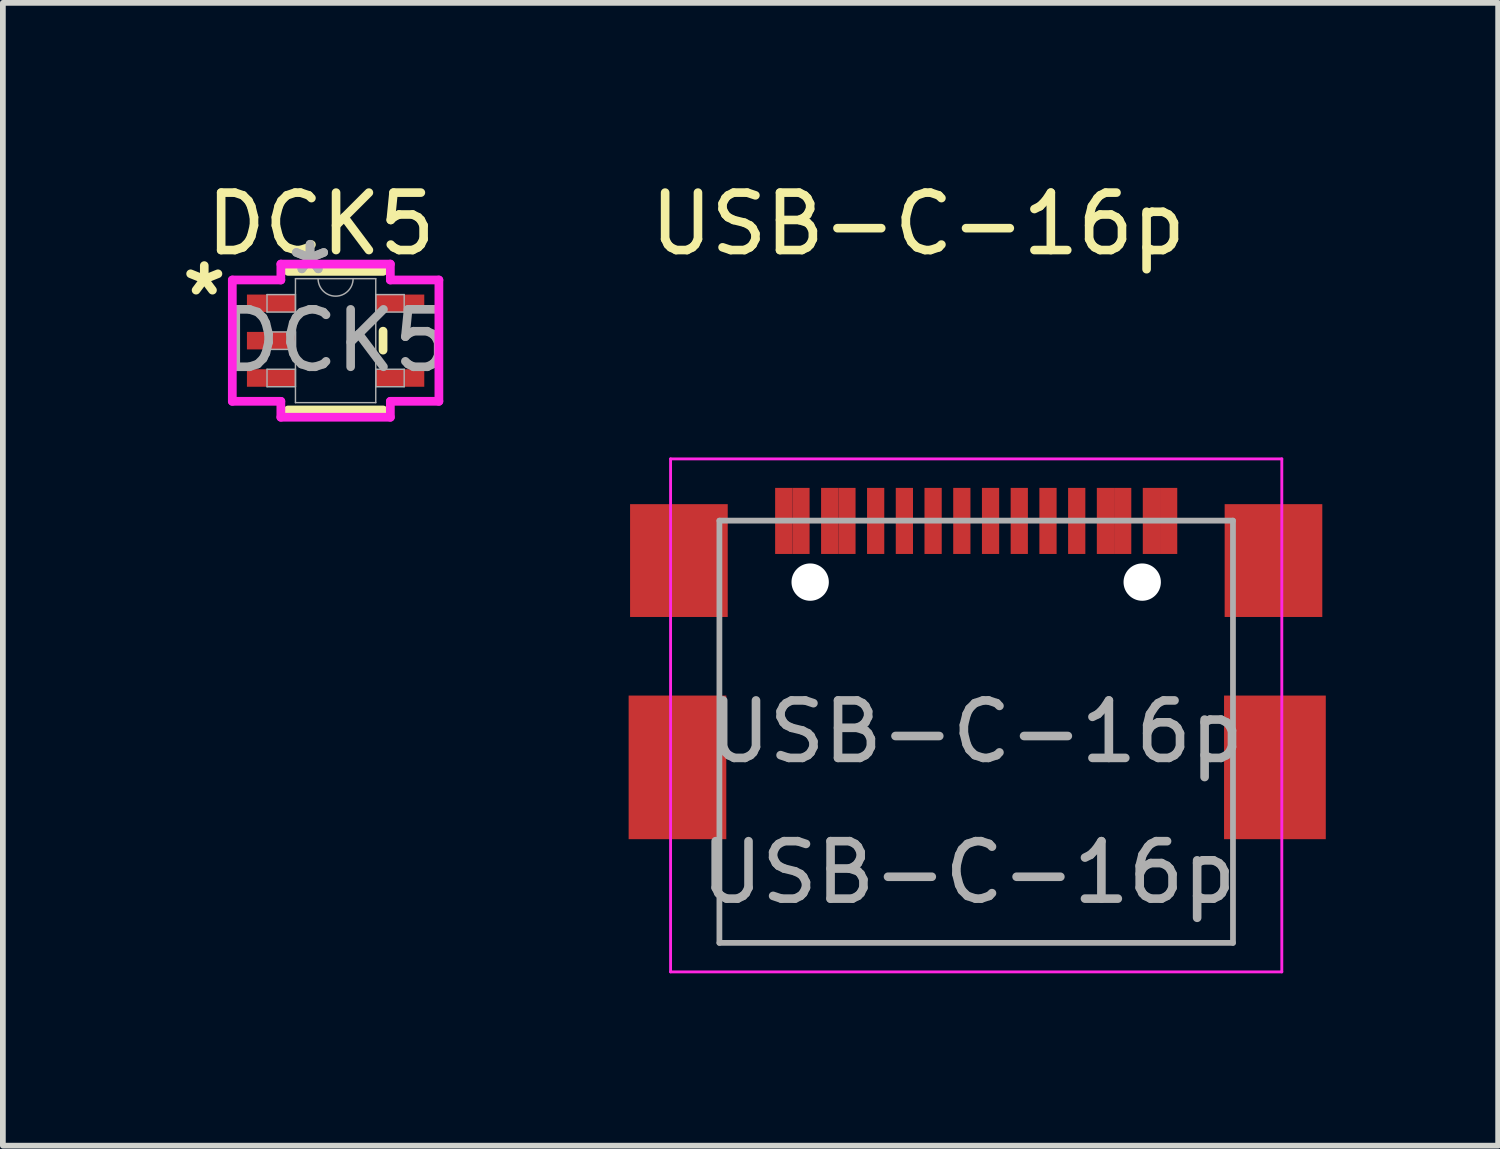
<source format=kicad_pcb>
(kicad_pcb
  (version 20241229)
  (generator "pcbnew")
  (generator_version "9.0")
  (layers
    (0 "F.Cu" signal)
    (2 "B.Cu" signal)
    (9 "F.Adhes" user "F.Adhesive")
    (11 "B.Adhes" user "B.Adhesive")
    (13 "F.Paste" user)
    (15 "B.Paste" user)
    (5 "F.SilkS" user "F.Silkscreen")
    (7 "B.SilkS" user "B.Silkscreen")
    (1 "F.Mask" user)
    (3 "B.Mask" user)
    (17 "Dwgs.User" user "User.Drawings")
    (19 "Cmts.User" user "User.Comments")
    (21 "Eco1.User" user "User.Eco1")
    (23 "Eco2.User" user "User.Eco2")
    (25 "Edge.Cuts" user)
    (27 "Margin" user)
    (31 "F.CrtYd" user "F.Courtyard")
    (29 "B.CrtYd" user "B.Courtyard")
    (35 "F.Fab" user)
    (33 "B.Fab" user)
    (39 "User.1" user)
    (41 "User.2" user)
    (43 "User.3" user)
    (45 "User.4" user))
  (footprint "DCK5"
    (layer "F.Cu")
    (at 2.792 2.88)
    (property "Reference" "DCK5" (at -0.254 -2.032 0) (unlocked yes) (layer "F.SilkS") (effects (font (size 1 1) (thickness 0.15))))
    (attr smd)
    (fp_line (start -0.826 1.206) (end 0.826 1.206) (stroke (width 0.152) (type solid)) (layer "F.SilkS"))
    (fp_line (start 0.826 -1.206) (end -0.826 -1.206) (stroke (width 0.152) (type solid)) (layer "F.SilkS"))
    (fp_line (start 0.826 0.165) (end 0.826 -0.165) (stroke (width 0.152) (type solid)) (layer "F.SilkS"))
    (fp_line (start -1.798 -1.056) (end -0.953 -1.056) (stroke (width 0.152) (type solid)) (layer "F.CrtYd"))
    (fp_line (start -1.798 1.056) (end -1.798 -1.056) (stroke (width 0.152) (type solid)) (layer "F.CrtYd"))
    (fp_line (start -0.953 -1.333) (end 0.953 -1.333) (stroke (width 0.152) (type solid)) (layer "F.CrtYd"))
    (fp_line (start -0.953 -1.056) (end -0.953 -1.333) (stroke (width 0.152) (type solid)) (layer "F.CrtYd"))
    (fp_line (start -0.953 1.056) (end -1.798 1.056) (stroke (width 0.152) (type solid)) (layer "F.CrtYd"))
    (fp_line (start -0.953 1.333) (end -0.953 1.056) (stroke (width 0.152) (type solid)) (layer "F.CrtYd"))
    (fp_line (start 0.953 -1.333) (end 0.953 -1.056) (stroke (width 0.152) (type solid)) (layer "F.CrtYd"))
    (fp_line (start 0.953 -1.056) (end 1.798 -1.056) (stroke (width 0.152) (type solid)) (layer "F.CrtYd"))
    (fp_line (start 0.953 1.056) (end 0.953 1.333) (stroke (width 0.152) (type solid)) (layer "F.CrtYd"))
    (fp_line (start 0.953 1.333) (end -0.953 1.333) (stroke (width 0.152) (type solid)) (layer "F.CrtYd"))
    (fp_line (start 1.798 -1.056) (end 1.798 1.056) (stroke (width 0.152) (type solid)) (layer "F.CrtYd"))
    (fp_line (start 1.798 1.056) (end 0.953 1.056) (stroke (width 0.152) (type solid)) (layer "F.CrtYd"))
    (fp_line (start -1.194 -0.802) (end -1.194 -0.498) (stroke (width 0.025) (type solid)) (layer "F.Fab"))
    (fp_line (start -1.194 -0.498) (end -0.699 -0.498) (stroke (width 0.025) (type solid)) (layer "F.Fab"))
    (fp_line (start -1.194 -0.152) (end -1.194 0.152) (stroke (width 0.025) (type solid)) (layer "F.Fab"))
    (fp_line (start -1.194 0.152) (end -0.699 0.152) (stroke (width 0.025) (type solid)) (layer "F.Fab"))
    (fp_line (start -1.194 0.498) (end -1.194 0.802) (stroke (width 0.025) (type solid)) (layer "F.Fab"))
    (fp_line (start -1.194 0.802) (end -0.699 0.802) (stroke (width 0.025) (type solid)) (layer "F.Fab"))
    (fp_line (start -0.699 -1.079) (end -0.699 1.079) (stroke (width 0.025) (type solid)) (layer "F.Fab"))
    (fp_line (start -0.699 -0.802) (end -1.194 -0.802) (stroke (width 0.025) (type solid)) (layer "F.Fab"))
    (fp_line (start -0.699 -0.498) (end -0.699 -0.802) (stroke (width 0.025) (type solid)) (layer "F.Fab"))
    (fp_line (start -0.699 -0.152) (end -1.194 -0.152) (stroke (width 0.025) (type solid)) (layer "F.Fab"))
    (fp_line (start -0.699 0.152) (end -0.699 -0.152) (stroke (width 0.025) (type solid)) (layer "F.Fab"))
    (fp_line (start -0.699 0.498) (end -1.194 0.498) (stroke (width 0.025) (type solid)) (layer "F.Fab"))
    (fp_line (start -0.699 0.802) (end -0.699 0.498) (stroke (width 0.025) (type solid)) (layer "F.Fab"))
    (fp_line (start -0.699 1.079) (end 0.699 1.079) (stroke (width 0.025) (type solid)) (layer "F.Fab"))
    (fp_line (start 0.699 -1.079) (end -0.699 -1.079) (stroke (width 0.025) (type solid)) (layer "F.Fab"))
    (fp_line (start 0.699 -0.802) (end 0.699 -0.498) (stroke (width 0.025) (type solid)) (layer "F.Fab"))
    (fp_line (start 0.699 -0.498) (end 1.194 -0.498) (stroke (width 0.025) (type solid)) (layer "F.Fab"))
    (fp_line (start 0.699 0.498) (end 0.699 0.802) (stroke (width 0.025) (type solid)) (layer "F.Fab"))
    (fp_line (start 0.699 0.802) (end 1.194 0.802) (stroke (width 0.025) (type solid)) (layer "F.Fab"))
    (fp_line (start 0.699 1.079) (end 0.699 -1.079) (stroke (width 0.025) (type solid)) (layer "F.Fab"))
    (fp_line (start 1.194 -0.802) (end 0.699 -0.802) (stroke (width 0.025) (type solid)) (layer "F.Fab"))
    (fp_line (start 1.194 -0.498) (end 1.194 -0.802) (stroke (width 0.025) (type solid)) (layer "F.Fab"))
    (fp_line (start 1.194 0.498) (end 0.699 0.498) (stroke (width 0.025) (type solid)) (layer "F.Fab"))
    (fp_line (start 1.194 0.802) (end 1.194 0.498) (stroke (width 0.025) (type solid)) (layer "F.Fab"))
    (fp_arc (start 0.3048 -1.0795) (mid 0 -0.7747) (end -0.3048 -1.0795) (stroke (width 0.0254) (type solid)) (layer "F.Fab"))
    (fp_text user "*" (at -2.286 -0.762 0) (layer "F.SilkS") (effects (font (size 1 1) (thickness 0.15))))
    (fp_text user "*" (at -0.445 -1.133 0) (layer "F.Fab") (effects (font (size 1 1) (thickness 0.15))))
    (fp_text user "${REFERENCE}" (at 0 0 0) (unlocked yes) (layer "F.Fab") (effects (font (size 1 1) (thickness 0.15))))
    (fp_text user "*" (at -0.445 -1.133 0) (unlocked yes) (layer "F.Fab") (effects (font (size 1 1) (thickness 0.15))))
    (pad "1" smd rect (at -1.121 -0.65) (size 0.845 0.305) (layers "F.Cu" "F.Mask" "F.Paste"))
    (pad "2" smd rect (at -1.121 0) (size 0.845 0.305) (layers "F.Cu" "F.Mask" "F.Paste"))
    (pad "3" smd rect (at -1.121 0.65) (size 0.845 0.305) (layers "F.Cu" "F.Mask" "F.Paste"))
    (pad "4" smd rect (at 1.121 0.65) (size 0.845 0.305) (layers "F.Cu" "F.Mask" "F.Paste"))
    (pad "5" smd rect (at 1.121 -0.65) (size 0.845 0.305) (layers "F.Cu" "F.Mask" "F.Paste")))
  (footprint "USB-C-16p"
    (layer "F.Cu")
    (at 13.943 9.708)
    (property "Reference" "USB-C-16p" (at -1.01 -8.86 0) (unlocked yes) (layer "F.SilkS") (effects (font (size 1 1) (thickness 0.15))))
    (attr smd)
    (fp_line (start -5.32 -4.77) (end 5.32 -4.77) (stroke (width 0.05) (type solid)) (layer "F.CrtYd"))
    (fp_line (start -5.32 4.16) (end -5.32 -4.77) (stroke (width 0.05) (type solid)) (layer "F.CrtYd"))
    (fp_line (start 5.32 -4.77) (end 5.32 4.16) (stroke (width 0.05) (type solid)) (layer "F.CrtYd"))
    (fp_line (start 5.32 4.16) (end -5.32 4.16) (stroke (width 0.05) (type solid)) (layer "F.CrtYd"))
    (fp_line (start -4.47 -3.695) (end -4.47 3.655) (stroke (width 0.1) (type solid)) (layer "F.Fab"))
    (fp_line (start -4.47 -3.695) (end 4.47 -3.695) (stroke (width 0.1) (type solid)) (layer "F.Fab"))
    (fp_line (start -4.47 3.655) (end 4.47 3.655) (stroke (width 0.1) (type solid)) (layer "F.Fab"))
    (fp_line (start 4.47 3.655) (end 4.47 -3.695) (stroke (width 0.1) (type solid)) (layer "F.Fab"))
    (fp_text user "${REFERENCE}" (at -0.13 2.43 0) (unlocked yes) (layer "F.Fab") (effects (font (size 1 1) (thickness 0.15))))
    (fp_text user "${REFERENCE}" (at 0 -0.02 0) (layer "F.Fab") (effects (font (size 1 1) (thickness 0.15))))
    (pad "" np_thru_hole circle (at -2.89 -2.625) (size 0.65 0.65) (drill 0.65) (layers "*.Cu" "*.Mask"))
    (pad "" np_thru_hole circle (at 2.89 -2.625) (size 0.65 0.65) (drill 0.65) (layers "*.Cu" "*.Mask"))
    (pad "A1" smd rect (at -3.35 -3.69) (size 0.3 1.15) (layers "F.Cu" "F.Mask" "F.Paste"))
    (pad "A4" smd rect (at -2.55 -3.69) (size 0.3 1.15) (layers "F.Cu" "F.Mask" "F.Paste"))
    (pad "A5" smd rect (at -1.25 -3.69) (size 0.3 1.15) (layers "F.Cu" "F.Mask" "F.Paste"))
    (pad "A6" smd rect (at -0.25 -3.69) (size 0.3 1.15) (layers "F.Cu" "F.Mask" "F.Paste"))
    (pad "A7" smd rect (at 0.25 -3.69) (size 0.3 1.15) (layers "F.Cu" "F.Mask" "F.Paste"))
    (pad "A8" smd rect (at 1.25 -3.69) (size 0.3 1.15) (layers "F.Cu" "F.Mask" "F.Paste"))
    (pad "A9" smd rect (at 2.55 -3.69) (size 0.3 1.15) (layers "F.Cu" "F.Mask" "F.Paste"))
    (pad "A12" smd rect (at 3.35 -3.69) (size 0.3 1.15) (layers "F.Cu" "F.Mask" "F.Paste"))
    (pad "B1" smd rect (at 3.05 -3.69) (size 0.3 1.15) (layers "F.Cu" "F.Mask" "F.Paste"))
    (pad "B4" smd rect (at 2.25 -3.69) (size 0.3 1.15) (layers "F.Cu" "F.Mask" "F.Paste"))
    (pad "B5" smd rect (at 1.75 -3.69) (size 0.3 1.15) (layers "F.Cu" "F.Mask" "F.Paste"))
    (pad "B6" smd rect (at 0.75 -3.69) (size 0.3 1.15) (layers "F.Cu" "F.Mask" "F.Paste"))
    (pad "B7" smd rect (at -0.75 -3.69) (size 0.3 1.15) (layers "F.Cu" "F.Mask" "F.Paste"))
    (pad "B8" smd rect (at -1.75 -3.69) (size 0.3 1.15) (layers "F.Cu" "F.Mask" "F.Paste"))
    (pad "B9" smd rect (at -2.25 -3.69) (size 0.3 1.15) (layers "F.Cu" "F.Mask" "F.Paste"))
    (pad "B12" smd rect (at -3.05 -3.69) (size 0.3 1.15) (layers "F.Cu" "F.Mask" "F.Paste"))
    (pad "S1" smd rect (at -5.2 0.6) (size 1.7 2.5) (layers "F.Cu" "F.Mask" "F.Paste"))
    (pad "S1" smd rect (at -5.175 -3) (size 1.7 1.964) (layers "F.Cu" "F.Mask" "F.Paste"))
    (pad "S1" smd rect (at 5.175 -3) (size 1.7 1.964) (layers "F.Cu" "F.Mask" "F.Paste"))
    (pad "S1" smd rect (at 5.2 0.6) (size 1.771 2.5) (layers "F.Cu" "F.Mask" "F.Paste"))
    (zone (net_name "") (layer "F.Cu") (hatch edge 0.508) (connect_pads) (min_thickness 0.254) (filled_areas_thickness no) (keepout (tracks allowed) (vias allowed) (pads allowed) (copperpour allowed) (footprints not_allowed)) (placement (enabled no)) (fill) (polygon (pts (xy 18.523 13.473) (xy 9.363 13.473) (xy 9.363 5.988) (xy 18.523 6.008)))))
  (gr_rect
    (start -3 -3)
    (end 23.029 16.893)
    (stroke (width 0.1) (type default))
    (fill no)
    (layer "Edge.Cuts")))
</source>
